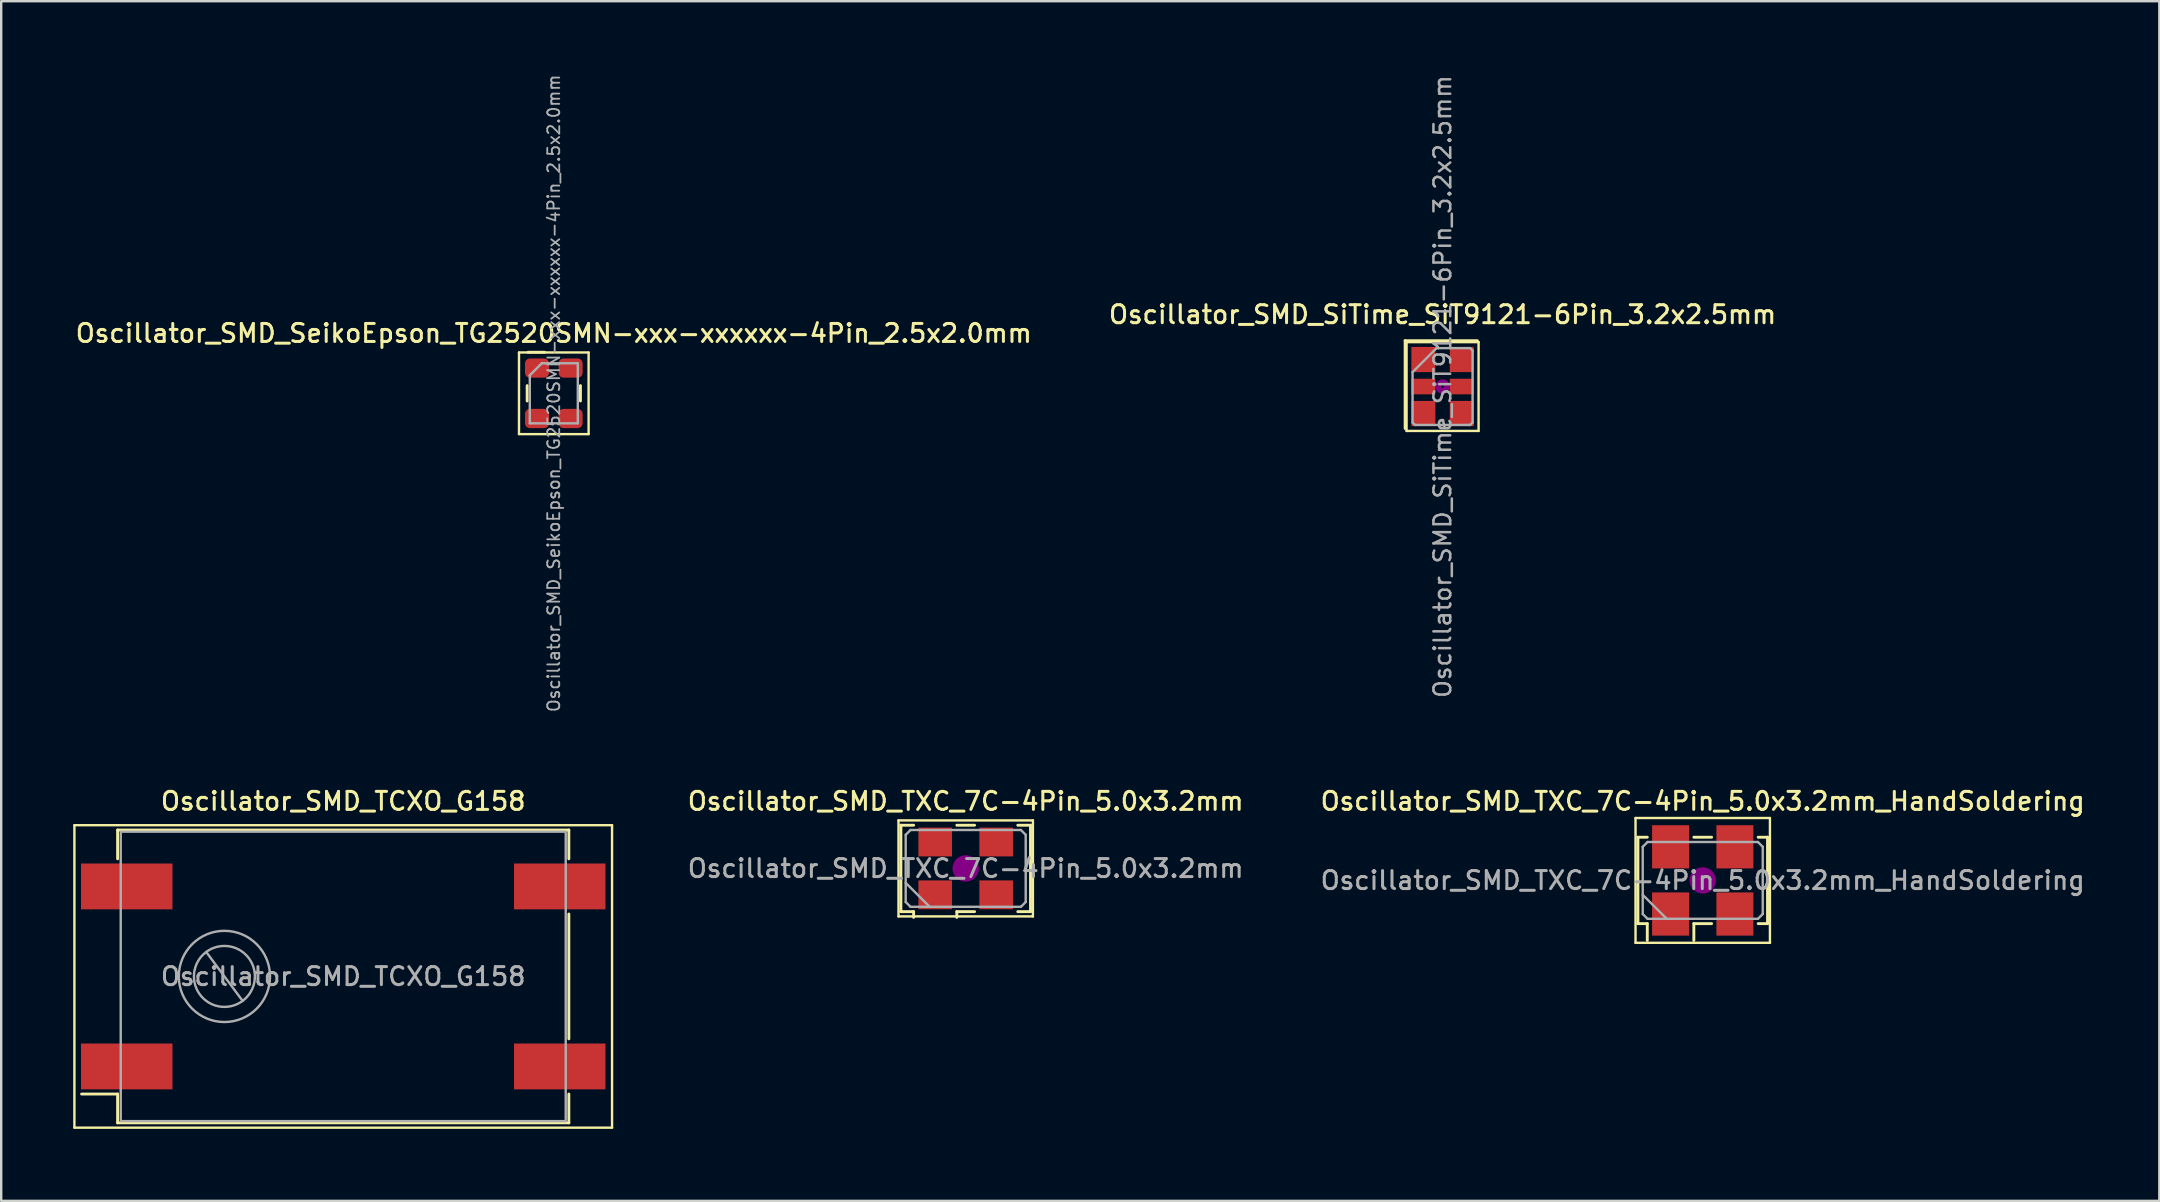
<source format=kicad_pcb>
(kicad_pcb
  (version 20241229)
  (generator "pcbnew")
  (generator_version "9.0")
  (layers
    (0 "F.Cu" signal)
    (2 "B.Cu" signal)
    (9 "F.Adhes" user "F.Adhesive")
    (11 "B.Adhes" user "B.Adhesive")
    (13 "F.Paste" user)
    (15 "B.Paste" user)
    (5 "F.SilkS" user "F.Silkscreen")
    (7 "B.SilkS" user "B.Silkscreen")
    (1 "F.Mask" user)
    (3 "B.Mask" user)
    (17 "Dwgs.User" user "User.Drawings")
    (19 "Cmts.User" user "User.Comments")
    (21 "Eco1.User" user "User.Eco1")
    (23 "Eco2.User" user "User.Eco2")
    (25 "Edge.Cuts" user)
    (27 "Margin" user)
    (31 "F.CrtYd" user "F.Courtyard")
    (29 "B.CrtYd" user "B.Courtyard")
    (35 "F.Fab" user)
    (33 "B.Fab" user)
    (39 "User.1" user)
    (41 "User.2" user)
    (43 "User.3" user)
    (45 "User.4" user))
  (footprint "Oscillator_SMD_SiTime_SiT9121-6Pin_3.2x2.5mm"
    (layer "F.Cu")
    (at 57.052 13.054)
    (property "Reference" "Oscillator_SMD_SiTime_SiT9121-6Pin_3.2x2.5mm" (at 0 -3 0) (layer "F.SilkS") (effects (font (size 0.75 0.75) (thickness 0.125))))
    (attr smd)
    (fp_line (start -1.56 -1.91) (end -1.56 1.75) (stroke (width 0.12) (type solid)) (layer "F.SilkS"))
    (fp_line (start -1.5 -1.85) (end -1.5 1.85) (stroke (width 0.1) (type solid)) (layer "F.SilkS"))
    (fp_line (start -1.5 1.85) (end 1.5 1.85) (stroke (width 0.1) (type solid)) (layer "F.SilkS"))
    (fp_line (start 1.45 -1.91) (end -1.56 -1.91) (stroke (width 0.12) (type solid)) (layer "F.SilkS"))
    (fp_line (start 1.5 -1.85) (end -1.5 -1.85) (stroke (width 0.1) (type solid)) (layer "F.SilkS"))
    (fp_line (start 1.5 1.85) (end 1.5 -1.85) (stroke (width 0.1) (type solid)) (layer "F.SilkS"))
    (fp_circle (center 0 0) (end 0 0.058) (stroke (width 0.117) (type solid)) (fill no) (layer "F.Adhes"))
    (fp_circle (center 0 0) (end 0 0.133) (stroke (width 0.083) (type solid)) (fill no) (layer "F.Adhes"))
    (fp_circle (center 0 0) (end 0 0.208) (stroke (width 0.083) (type solid)) (fill no) (layer "F.Adhes"))
    (fp_circle (center 0 0) (end 0 0.25) (stroke (width 0.1) (type solid)) (fill no) (layer "F.Adhes"))
    (fp_line (start -1.25 1.5) (end -1.25 -0.6) (stroke (width 0.1) (type solid)) (layer "F.Fab"))
    (fp_line (start -1.15 1.6) (end -1.25 1.5) (stroke (width 0.1) (type solid)) (layer "F.Fab"))
    (fp_line (start -0.25 -1.6) (end -1.25 -0.6) (stroke (width 0.1) (type solid)) (layer "F.Fab"))
    (fp_line (start -0.25 -1.6) (end 1.15 -1.6) (stroke (width 0.1) (type solid)) (layer "F.Fab"))
    (fp_line (start 1.15 -1.6) (end 1.25 -1.5) (stroke (width 0.1) (type solid)) (layer "F.Fab"))
    (fp_line (start 1.15 1.6) (end -1.15 1.6) (stroke (width 0.1) (type solid)) (layer "F.Fab"))
    (fp_line (start 1.25 -1.5) (end 1.25 1.5) (stroke (width 0.1) (type solid)) (layer "F.Fab"))
    (fp_line (start 1.25 1.5) (end 1.15 1.6) (stroke (width 0.1) (type solid)) (layer "F.Fab"))
    (fp_text user "${REFERENCE}" (at 0 0 270) (layer "F.Fab") (effects (font (size 0.7 0.7) (thickness 0.105))))
    (pad "1" smd rect (at -0.8 -1.125) (size 1 1.05) (layers "F.Cu" "F.Mask" "F.Paste"))
    (pad "2" smd rect (at -0.8 0) (size 1 0.65) (layers "F.Cu" "F.Mask" "F.Paste"))
    (pad "3" smd rect (at -0.8 1.125) (size 1 1.05) (layers "F.Cu" "F.Mask" "F.Paste"))
    (pad "4" smd rect (at 0.8 1.125) (size 1 1.05) (layers "F.Cu" "F.Mask" "F.Paste"))
    (pad "5" smd rect (at 0.8 0) (size 1 0.65) (layers "F.Cu" "F.Mask" "F.Paste"))
    (pad "6" smd rect (at 0.8 -1.125) (size 1 1.05) (layers "F.Cu" "F.Mask" "F.Paste")))
  (footprint "Oscillator_SMD_TXC_7C-4Pin_5.0x3.2mm_HandSoldering"
    (layer "F.Cu")
    (at 67.891 33.631)
    (property "Reference" "Oscillator_SMD_TXC_7C-4Pin_5.0x3.2mm_HandSoldering" (at 0 -3.3 0) (layer "F.SilkS") (effects (font (size 0.75 0.75) (thickness 0.125))))
    (attr smd)
    (fp_line (start -2.8 -2.6) (end -2.8 2.6) (stroke (width 0.1) (type solid)) (layer "F.SilkS"))
    (fp_line (start -2.8 2.6) (end 2.8 2.6) (stroke (width 0.1) (type solid)) (layer "F.SilkS"))
    (fp_line (start -2.7 -1.8) (end -2.31 -1.8) (stroke (width 0.12) (type solid)) (layer "F.SilkS"))
    (fp_line (start -2.7 1.8) (end -2.7 -1.8) (stroke (width 0.12) (type solid)) (layer "F.SilkS"))
    (fp_line (start -2.31 1.8) (end -2.7 1.8) (stroke (width 0.12) (type solid)) (layer "F.SilkS"))
    (fp_line (start -2.31 2.5) (end -2.31 1.8) (stroke (width 0.12) (type solid)) (layer "F.SilkS"))
    (fp_line (start -0.37 -1.8) (end 0.37 -1.8) (stroke (width 0.12) (type solid)) (layer "F.SilkS"))
    (fp_line (start -0.37 1.8) (end -0.37 2.5) (stroke (width 0.12) (type solid)) (layer "F.SilkS"))
    (fp_line (start 0.37 1.8) (end -0.37 1.8) (stroke (width 0.12) (type solid)) (layer "F.SilkS"))
    (fp_line (start 2.31 -1.8) (end 2.7 -1.8) (stroke (width 0.12) (type solid)) (layer "F.SilkS"))
    (fp_line (start 2.7 -1.8) (end 2.7 1.8) (stroke (width 0.12) (type solid)) (layer "F.SilkS"))
    (fp_line (start 2.7 1.8) (end 2.31 1.8) (stroke (width 0.12) (type solid)) (layer "F.SilkS"))
    (fp_line (start 2.8 -2.6) (end -2.8 -2.6) (stroke (width 0.1) (type solid)) (layer "F.SilkS"))
    (fp_line (start 2.8 2.6) (end 2.8 -2.6) (stroke (width 0.1) (type solid)) (layer "F.SilkS"))
    (fp_circle (center 0 0) (end 0.117 0) (stroke (width 0.233) (type solid)) (fill no) (layer "F.Adhes"))
    (fp_circle (center 0 0) (end 0.267 0) (stroke (width 0.167) (type solid)) (fill no) (layer "F.Adhes"))
    (fp_circle (center 0 0) (end 0.417 0) (stroke (width 0.167) (type solid)) (fill no) (layer "F.Adhes"))
    (fp_circle (center 0 0) (end 0.5 0) (stroke (width 0.1) (type solid)) (fill no) (layer "F.Adhes"))
    (fp_line (start -2.5 -1.4) (end -2.3 -1.6) (stroke (width 0.1) (type solid)) (layer "F.Fab"))
    (fp_line (start -2.5 0.6) (end -1.5 1.6) (stroke (width 0.1) (type solid)) (layer "F.Fab"))
    (fp_line (start -2.5 1.4) (end -2.5 -1.4) (stroke (width 0.1) (type solid)) (layer "F.Fab"))
    (fp_line (start -2.3 -1.6) (end 2.3 -1.6) (stroke (width 0.1) (type solid)) (layer "F.Fab"))
    (fp_line (start -2.3 1.6) (end -2.5 1.4) (stroke (width 0.1) (type solid)) (layer "F.Fab"))
    (fp_line (start 2.3 -1.6) (end 2.5 -1.4) (stroke (width 0.1) (type solid)) (layer "F.Fab"))
    (fp_line (start 2.3 1.6) (end -2.3 1.6) (stroke (width 0.1) (type solid)) (layer "F.Fab"))
    (fp_line (start 2.5 -1.4) (end 2.5 1.4) (stroke (width 0.1) (type solid)) (layer "F.Fab"))
    (fp_line (start 2.5 1.4) (end 2.3 1.6) (stroke (width 0.1) (type solid)) (layer "F.Fab"))
    (fp_text user "${REFERENCE}" (at 0 0 0) (layer "F.Fab") (effects (font (size 0.75 0.75) (thickness 0.125))))
    (pad "1" smd rect (at -1.34 1.4) (size 1.54 1.8) (layers "F.Cu" "F.Mask" "F.Paste"))
    (pad "2" smd rect (at 1.34 1.4) (size 1.54 1.8) (layers "F.Cu" "F.Mask" "F.Paste"))
    (pad "3" smd rect (at 1.34 -1.4) (size 1.54 1.8) (layers "F.Cu" "F.Mask" "F.Paste"))
    (pad "4" smd rect (at -1.34 -1.4) (size 1.54 1.8) (layers "F.Cu" "F.Mask" "F.Paste")))
  (footprint "Oscillator_SMD_SeikoEpson_TG2520SMN-xxx-xxxxxx-4Pin_2.5x2.0mm"
    (layer "F.Cu")
    (at 20.023 13.336)
    (property "Reference" "Oscillator_SMD_SeikoEpson_TG2520SMN-xxx-xxxxxx-4Pin_2.5x2.0mm" (at 0 -2.5 0) (layer "F.SilkS") (effects (font (size 0.75 0.75) (thickness 0.125))))
    (attr smd)
    (fp_line (start -1.45 -1.7) (end -1.45 1.7) (stroke (width 0.1) (type solid)) (layer "F.SilkS"))
    (fp_line (start -1.45 -1.7) (end 1.45 -1.7) (stroke (width 0.1) (type solid)) (layer "F.SilkS"))
    (fp_line (start -1.45 1.7) (end 1.45 1.7) (stroke (width 0.1) (type solid)) (layer "F.SilkS"))
    (fp_line (start -1.11 0.32) (end -1.11 -0.32) (stroke (width 0.12) (type solid)) (layer "F.SilkS"))
    (fp_line (start -0.38 -1.71) (end -1.07 -1.71) (stroke (width 0.12) (type solid)) (layer "F.SilkS"))
    (fp_line (start 1.11 0.32) (end 1.11 -0.32) (stroke (width 0.12) (type solid)) (layer "F.SilkS"))
    (fp_line (start 1.45 -1.7) (end 1.45 1.7) (stroke (width 0.1) (type solid)) (layer "F.SilkS"))
    (fp_line (start -1 -0.75) (end -1 1.25) (stroke (width 0.1) (type solid)) (layer "F.Fab"))
    (fp_line (start -1 -0.75) (end -0.5 -1.25) (stroke (width 0.1) (type solid)) (layer "F.Fab"))
    (fp_line (start -1 1.25) (end 1 1.25) (stroke (width 0.1) (type solid)) (layer "F.Fab"))
    (fp_line (start -0.5 -1.25) (end 1 -1.25) (stroke (width 0.1) (type solid)) (layer "F.Fab"))
    (fp_line (start 1 -1.25) (end 1 1.25) (stroke (width 0.1) (type solid)) (layer "F.Fab"))
    (fp_text user "${REFERENCE}" (at 0 0 90) (layer "F.Fab") (effects (font (size 0.5 0.5) (thickness 0.075))))
    (pad "1" smd roundrect (at -0.7 -1.05) (size 1 0.8) (layers "F.Cu" "F.Mask" "F.Paste") (roundrect_rratio 0.25))
    (pad "2" smd roundrect (at -0.7 1.05) (size 1 0.8) (layers "F.Cu" "F.Mask" "F.Paste") (roundrect_rratio 0.25))
    (pad "3" smd roundrect (at 0.7 1.05) (size 1 0.8) (layers "F.Cu" "F.Mask" "F.Paste") (roundrect_rratio 0.25))
    (pad "4" smd roundrect (at 0.7 -1.05) (size 1 0.8) (layers "F.Cu" "F.Mask" "F.Paste") (roundrect_rratio 0.25))
    (zone (net_name "") (layers "F.Cu" "F.SilkS") (hatch edge 0.508) (connect_pads) (min_thickness 0.254) (filled_areas_thickness no) (keepout (tracks not_allowed) (vias not_allowed) (pads not_allowed) (copperpour not_allowed) (footprints allowed)) (placement (enabled no)) (fill) (polygon (pts (xy 19.873 12.036) (xy 20.173 12.036) (xy 20.173 12.736) (xy 21.023 12.736) (xy 21.023 13.936) (xy 20.173 13.936) (xy 20.173 14.586) (xy 19.873 14.586) (xy 19.873 13.936) (xy 19.023 13.936) (xy 19.023 12.736) (xy 19.873 12.736)))))
  (footprint "Oscillator_SMD_TCXO_G158"
    (layer "F.Cu")
    (at 11.25 37.631)
    (property "Reference" "Oscillator_SMD_TCXO_G158" (at 0 -7.3 0) (layer "F.SilkS") (effects (font (size 0.75 0.75) (thickness 0.125))))
    (attr smd)
    (fp_line (start -11.2 -6.3) (end -11.2 6.3) (stroke (width 0.1) (type solid)) (layer "F.SilkS"))
    (fp_line (start -11.2 6.3) (end 11.2 6.3) (stroke (width 0.1) (type solid)) (layer "F.SilkS"))
    (fp_line (start -10.9 4.9) (end -9.4 4.9) (stroke (width 0.12) (type solid)) (layer "F.SilkS"))
    (fp_line (start -9.4 -6.1) (end -9.4 -4.9) (stroke (width 0.12) (type solid)) (layer "F.SilkS"))
    (fp_line (start -9.4 4.9) (end -9.4 6.1) (stroke (width 0.12) (type solid)) (layer "F.SilkS"))
    (fp_line (start -9.4 6.1) (end 9.4 6.1) (stroke (width 0.12) (type solid)) (layer "F.SilkS"))
    (fp_line (start 9.4 -6.1) (end -9.4 -6.1) (stroke (width 0.12) (type solid)) (layer "F.SilkS"))
    (fp_line (start 9.4 -4.9) (end 9.4 -6.1) (stroke (width 0.12) (type solid)) (layer "F.SilkS"))
    (fp_line (start 9.4 2.6) (end 9.4 -2.6) (stroke (width 0.12) (type solid)) (layer "F.SilkS"))
    (fp_line (start 9.4 6.1) (end 9.4 4.9) (stroke (width 0.12) (type solid)) (layer "F.SilkS"))
    (fp_line (start 11.2 -6.3) (end -11.2 -6.3) (stroke (width 0.1) (type solid)) (layer "F.SilkS"))
    (fp_line (start 11.2 6.3) (end 11.2 -6.3) (stroke (width 0.1) (type solid)) (layer "F.SilkS"))
    (fp_line (start -9.27 -6.03) (end 9.27 -6.03) (stroke (width 0.1) (type solid)) (layer "F.Fab"))
    (fp_line (start -9.27 5.97) (end -9.27 -5.97) (stroke (width 0.1) (type solid)) (layer "F.Fab"))
    (fp_line (start -5.71 -1.02) (end -4.19 1.02) (stroke (width 0.1) (type solid)) (layer "F.Fab"))
    (fp_line (start 9.27 -5.97) (end 9.27 5.97) (stroke (width 0.1) (type solid)) (layer "F.Fab"))
    (fp_line (start 9.27 6.03) (end -9.27 6.03) (stroke (width 0.1) (type solid)) (layer "F.Fab"))
    (fp_circle (center -4.95 0) (end -3.68 0) (stroke (width 0.1) (type solid)) (fill no) (layer "F.Fab"))
    (fp_circle (center -4.95 0) (end -3.05 0) (stroke (width 0.1) (type solid)) (fill no) (layer "F.Fab"))
    (fp_text user "${REFERENCE}" (at 0 0 0) (layer "F.Fab") (effects (font (size 0.75 0.75) (thickness 0.125))))
    (pad "1" smd rect (at -9.02 3.75) (size 3.81 1.91) (layers "F.Cu" "F.Mask" "F.Paste"))
    (pad "2" smd rect (at 9.02 3.75) (size 3.81 1.91) (layers "F.Cu" "F.Mask" "F.Paste"))
    (pad "3" smd rect (at 9.02 -3.75) (size 3.81 1.91) (layers "F.Cu" "F.Mask" "F.Paste"))
    (pad "4" smd rect (at -9.02 -3.75) (size 3.81 1.91) (layers "F.Cu" "F.Mask" "F.Paste")))
  (footprint "Oscillator_SMD_TXC_7C-4Pin_5.0x3.2mm"
    (layer "F.Cu")
    (at 37.184 33.131)
    (property "Reference" "Oscillator_SMD_TXC_7C-4Pin_5.0x3.2mm" (at 0 -2.8 0) (layer "F.SilkS") (effects (font (size 0.75 0.75) (thickness 0.125))))
    (attr smd)
    (fp_line (start -2.8 -2) (end -2.8 2) (stroke (width 0.1) (type solid)) (layer "F.SilkS"))
    (fp_line (start -2.8 2) (end 2.8 2) (stroke (width 0.1) (type solid)) (layer "F.SilkS"))
    (fp_line (start -2.7 -1.8) (end -2.17 -1.8) (stroke (width 0.12) (type solid)) (layer "F.SilkS"))
    (fp_line (start -2.7 1.8) (end -2.7 -1.8) (stroke (width 0.12) (type solid)) (layer "F.SilkS"))
    (fp_line (start -2.17 1.8) (end -2.7 1.8) (stroke (width 0.12) (type solid)) (layer "F.SilkS"))
    (fp_line (start -2.17 2.04) (end -2.17 1.8) (stroke (width 0.12) (type solid)) (layer "F.SilkS"))
    (fp_line (start -0.37 -1.8) (end 0.37 -1.8) (stroke (width 0.12) (type solid)) (layer "F.SilkS"))
    (fp_line (start -0.37 1.8) (end -0.37 2.04) (stroke (width 0.12) (type solid)) (layer "F.SilkS"))
    (fp_line (start 0.37 1.8) (end -0.37 1.8) (stroke (width 0.12) (type solid)) (layer "F.SilkS"))
    (fp_line (start 2.17 -1.8) (end 2.7 -1.8) (stroke (width 0.12) (type solid)) (layer "F.SilkS"))
    (fp_line (start 2.7 -1.8) (end 2.7 1.8) (stroke (width 0.12) (type solid)) (layer "F.SilkS"))
    (fp_line (start 2.7 1.8) (end 2.17 1.8) (stroke (width 0.12) (type solid)) (layer "F.SilkS"))
    (fp_line (start 2.8 -2) (end -2.8 -2) (stroke (width 0.1) (type solid)) (layer "F.SilkS"))
    (fp_line (start 2.8 2) (end 2.8 -2) (stroke (width 0.1) (type solid)) (layer "F.SilkS"))
    (fp_circle (center 0 0) (end 0.117 0) (stroke (width 0.233) (type solid)) (fill no) (layer "F.Adhes"))
    (fp_circle (center 0 0) (end 0.267 0) (stroke (width 0.167) (type solid)) (fill no) (layer "F.Adhes"))
    (fp_circle (center 0 0) (end 0.417 0) (stroke (width 0.167) (type solid)) (fill no) (layer "F.Adhes"))
    (fp_circle (center 0 0) (end 0.5 0) (stroke (width 0.1) (type solid)) (fill no) (layer "F.Adhes"))
    (fp_line (start -2.5 -1.4) (end -2.3 -1.6) (stroke (width 0.1) (type solid)) (layer "F.Fab"))
    (fp_line (start -2.5 0.6) (end -1.5 1.6) (stroke (width 0.1) (type solid)) (layer "F.Fab"))
    (fp_line (start -2.5 1.4) (end -2.5 -1.4) (stroke (width 0.1) (type solid)) (layer "F.Fab"))
    (fp_line (start -2.3 -1.6) (end 2.3 -1.6) (stroke (width 0.1) (type solid)) (layer "F.Fab"))
    (fp_line (start -2.3 1.6) (end -2.5 1.4) (stroke (width 0.1) (type solid)) (layer "F.Fab"))
    (fp_line (start 2.3 -1.6) (end 2.5 -1.4) (stroke (width 0.1) (type solid)) (layer "F.Fab"))
    (fp_line (start 2.3 1.6) (end -2.3 1.6) (stroke (width 0.1) (type solid)) (layer "F.Fab"))
    (fp_line (start 2.5 -1.4) (end 2.5 1.4) (stroke (width 0.1) (type solid)) (layer "F.Fab"))
    (fp_line (start 2.5 1.4) (end 2.3 1.6) (stroke (width 0.1) (type solid)) (layer "F.Fab"))
    (fp_text user "${REFERENCE}" (at 0 0 0) (layer "F.Fab") (effects (font (size 0.75 0.75) (thickness 0.125))))
    (pad "1" smd rect (at -1.27 1.1) (size 1.4 1.2) (layers "F.Cu" "F.Mask" "F.Paste"))
    (pad "2" smd rect (at 1.27 1.1) (size 1.4 1.2) (layers "F.Cu" "F.Mask" "F.Paste"))
    (pad "3" smd rect (at 1.27 -1.1) (size 1.4 1.2) (layers "F.Cu" "F.Mask" "F.Paste"))
    (pad "4" smd rect (at -1.27 -1.1) (size 1.4 1.2) (layers "F.Cu" "F.Mask" "F.Paste")))
  (gr_rect
    (start -3 -3)
    (end 86.914 46.981)
    (stroke (width 0.1) (type default))
    (fill no)
    (layer "Edge.Cuts")))
</source>
